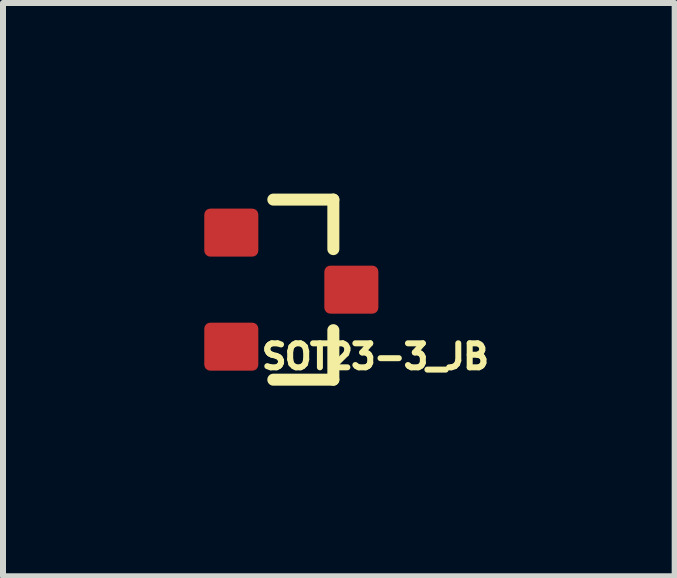
<source format=kicad_pcb>
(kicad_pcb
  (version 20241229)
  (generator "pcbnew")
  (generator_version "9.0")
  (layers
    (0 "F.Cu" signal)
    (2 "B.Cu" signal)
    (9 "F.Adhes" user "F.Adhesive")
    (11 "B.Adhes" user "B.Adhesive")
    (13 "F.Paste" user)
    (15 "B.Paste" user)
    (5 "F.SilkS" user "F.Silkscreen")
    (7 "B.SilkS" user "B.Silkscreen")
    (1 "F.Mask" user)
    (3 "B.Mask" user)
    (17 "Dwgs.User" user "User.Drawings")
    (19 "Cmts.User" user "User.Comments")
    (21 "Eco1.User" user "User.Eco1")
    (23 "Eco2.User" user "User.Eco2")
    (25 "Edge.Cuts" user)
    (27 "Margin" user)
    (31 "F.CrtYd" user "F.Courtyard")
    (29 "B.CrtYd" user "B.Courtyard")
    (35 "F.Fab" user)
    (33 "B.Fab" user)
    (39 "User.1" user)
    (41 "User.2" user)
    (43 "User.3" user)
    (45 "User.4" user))
  (footprint "SOT23-3_JB"
    (layer "F.Cu")
    (at 1.803 1.775)
    (property "Reference" "SOT23-3_JB" (at 1.4 1.114 0) (unlocked yes) (layer "F.SilkS") (effects (font (size 0.4 0.4) (thickness 0.1))))
    (fp_line (start -0.3 -1.5) (end 0.7 -1.5) (stroke (width 0.2) (type solid)) (layer "F.SilkS"))
    (fp_line (start -0.3 1.5) (end 0.7 1.5) (stroke (width 0.2) (type solid)) (layer "F.SilkS"))
    (fp_line (start 0.7 -0.675) (end 0.7 -1.5) (stroke (width 0.2) (type solid)) (layer "F.SilkS"))
    (fp_line (start 0.7 1.5) (end 0.7 0.675) (stroke (width 0.2) (type solid)) (layer "F.SilkS"))
    (fp_line (start -1.778 -1.75) (end 1.778 -1.75) (stroke (width 0.05) (type solid)) (layer "User.2"))
    (fp_line (start -1.778 1.75) (end -1.778 -1.75) (stroke (width 0.05) (type solid)) (layer "User.2"))
    (fp_line (start -1.778 1.75) (end 1.778 1.75) (stroke (width 0.05) (type solid)) (layer "User.2"))
    (fp_line (start 1.778 1.75) (end 1.778 -1.75) (stroke (width 0.05) (type solid)) (layer "User.2"))
    (fp_line (start -0.5 0) (end 0.5 0) (stroke (width 0.1) (type solid)) (layer "User.3"))
    (fp_line (start 0 0.5) (end 0 -0.5) (stroke (width 0.1) (type solid)) (layer "User.3"))
    (fp_line (start -0.7 -1.5) (end 0.7 -1.5) (stroke (width 0.1) (type solid)) (layer "User.4"))
    (fp_line (start -0.7 1.5) (end -0.7 -1.5) (stroke (width 0.1) (type solid)) (layer "User.4"))
    (fp_line (start -0.7 1.5) (end 0.7 1.5) (stroke (width 0.1) (type solid)) (layer "User.4"))
    (fp_line (start 0.7 1.5) (end 0.7 -1.5) (stroke (width 0.1) (type solid)) (layer "User.4"))
    (fp_poly (pts (xy -1.397 -1.27) (xy -0.635 -1.27) (xy -0.635 -0.635) (xy -1.397 -0.635)) (stroke (width 0.1) (type default)) (fill no) (layer "User.6"))
    (pad "1" smd roundrect (at -1 -0.95 90) (size 0.8 0.9) (layers "F.Cu" "F.Mask" "F.Paste") (roundrect_rratio 0.125))
    (pad "2" smd roundrect (at -1 0.95 90) (size 0.8 0.9) (layers "F.Cu" "F.Mask" "F.Paste") (roundrect_rratio 0.125))
    (pad "3" smd roundrect (at 1 0 90) (size 0.8 0.9) (layers "F.Cu" "F.Mask" "F.Paste") (roundrect_rratio 0.125)))
  (gr_rect
    (start -3 -3)
    (end 8.189 6.55)
    (stroke (width 0.1) (type default))
    (fill no)
    (layer "Edge.Cuts")))
</source>
